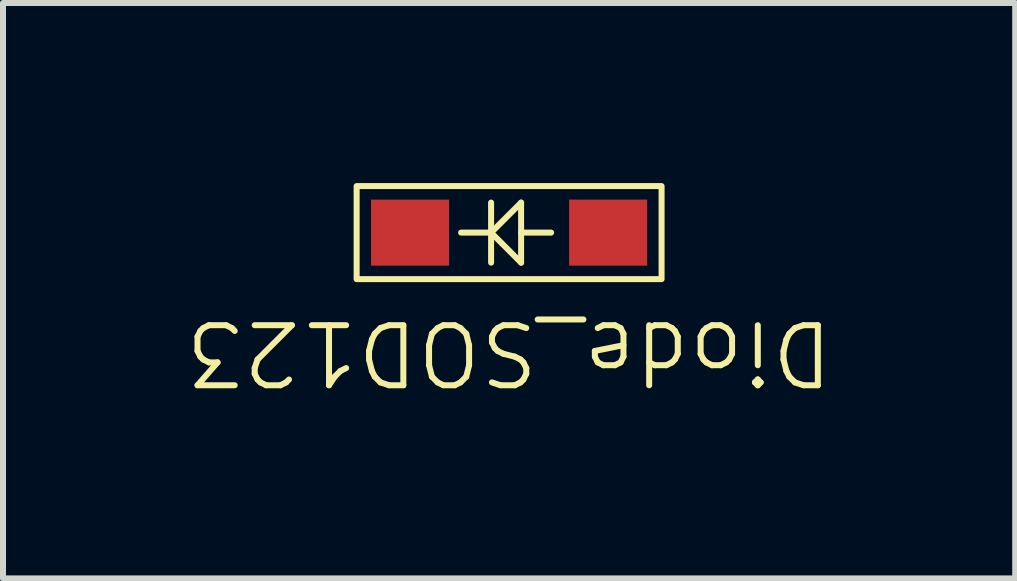
<source format=kicad_pcb>
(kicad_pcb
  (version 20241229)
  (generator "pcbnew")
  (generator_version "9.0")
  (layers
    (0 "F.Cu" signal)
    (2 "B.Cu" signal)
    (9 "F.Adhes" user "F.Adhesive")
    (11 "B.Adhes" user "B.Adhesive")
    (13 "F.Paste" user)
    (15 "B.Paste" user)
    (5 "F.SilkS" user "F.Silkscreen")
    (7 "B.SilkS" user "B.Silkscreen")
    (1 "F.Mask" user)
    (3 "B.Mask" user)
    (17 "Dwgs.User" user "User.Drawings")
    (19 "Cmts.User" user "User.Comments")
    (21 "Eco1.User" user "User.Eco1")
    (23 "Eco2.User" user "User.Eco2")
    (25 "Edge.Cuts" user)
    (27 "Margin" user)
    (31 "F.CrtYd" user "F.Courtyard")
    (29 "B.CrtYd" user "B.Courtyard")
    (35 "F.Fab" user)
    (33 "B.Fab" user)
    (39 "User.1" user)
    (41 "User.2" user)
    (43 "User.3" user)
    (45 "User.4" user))
  (footprint "Diode_SOD123"
    (layer "F.Cu")
    (at 5.431 0.825)
    (property "Reference" "Diode_SOD123" (at 0 2 180) (unlocked yes) (layer "F.SilkS") (effects (font (size 1 1) (thickness 0.1))))
    (attr smd)
    (fp_line (start -0.3 -0.5) (end -0.3 0.5) (stroke (width 0.1) (type default)) (layer "F.SilkS"))
    (fp_line (start -0.3 0) (end -0.8 0) (stroke (width 0.1) (type default)) (layer "F.SilkS"))
    (fp_line (start -0.3 0) (end 0.2 -0.5) (stroke (width 0.1) (type default)) (layer "F.SilkS"))
    (fp_line (start -0.3 0) (end 0.2 0.5) (stroke (width 0.1) (type default)) (layer "F.SilkS"))
    (fp_line (start 0.2 0) (end 0.7 0) (stroke (width 0.1) (type default)) (layer "F.SilkS"))
    (fp_line (start 0.2 0.5) (end 0.2 -0.5) (stroke (width 0.1) (type default)) (layer "F.SilkS"))
    (fp_rect (start -2.54 -0.775) (end 2.54 0.775) (stroke (width 0.1) (type default)) (fill no) (layer "F.SilkS"))
    (pad "1" smd rect (at -1.65 0) (size 1.3 1.1) (layers "F.Cu" "F.Mask" "F.Paste"))
    (pad "2" smd rect (at 1.65 0) (size 1.3 1.1) (layers "F.Cu" "F.Mask" "F.Paste")))
  (gr_rect
    (start -3 -3)
    (end 13.862 6.585)
    (stroke (width 0.1) (type default))
    (fill no)
    (layer "Edge.Cuts")))
</source>
